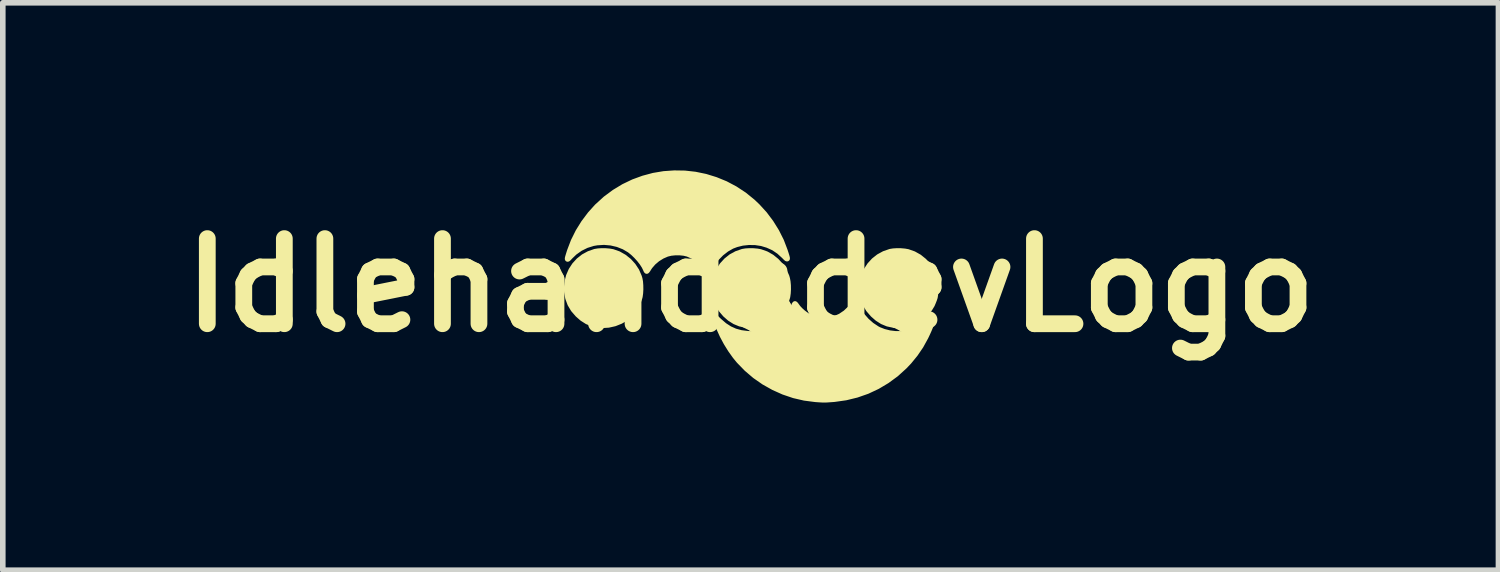
<source format=kicad_pcb>
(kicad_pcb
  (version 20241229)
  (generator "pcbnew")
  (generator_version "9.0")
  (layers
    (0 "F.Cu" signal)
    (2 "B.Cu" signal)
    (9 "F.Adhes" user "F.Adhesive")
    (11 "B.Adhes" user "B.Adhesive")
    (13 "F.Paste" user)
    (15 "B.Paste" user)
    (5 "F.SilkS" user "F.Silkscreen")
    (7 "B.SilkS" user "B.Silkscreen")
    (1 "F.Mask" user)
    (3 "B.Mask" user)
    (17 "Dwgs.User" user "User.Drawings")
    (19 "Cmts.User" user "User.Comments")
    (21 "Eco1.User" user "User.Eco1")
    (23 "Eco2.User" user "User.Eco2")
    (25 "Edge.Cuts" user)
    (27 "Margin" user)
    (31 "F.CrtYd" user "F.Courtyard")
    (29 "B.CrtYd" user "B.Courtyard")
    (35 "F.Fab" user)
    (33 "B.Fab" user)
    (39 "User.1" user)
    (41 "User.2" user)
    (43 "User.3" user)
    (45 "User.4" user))
  (footprint "IdlehandsdevLogo"
    (layer "F.Cu")
    (at 10.385 2.055)
    (property "Reference" "IdlehandsdevLogo" (at 0 0 0) (layer "F.SilkS") (effects (font (size 1.524 1.524) (thickness 0.3))))
    (attr through_hole)
    (fp_poly (pts (xy -1.97 0.075) (xy -1.974 0.144) (xy -1.982 0.202) (xy -1.986 0.218) (xy -1.999 0.258) (xy -2.017 0.306) (xy -2.038 0.353) (xy -2.039 0.356) (xy -2.08 0.423) (xy -2.135 0.491) (xy -2.2 0.555) (xy -2.268 0.609) (xy -2.327 0.643) (xy -2.432 0.685) (xy -2.543 0.71) (xy -2.654 0.717) (xy -2.728 0.711) (xy -2.831 0.689) (xy -2.925 0.65) (xy -3.013 0.594) (xy -3.094 0.523) (xy -3.171 0.434) (xy -3.229 0.337) (xy -3.268 0.232) (xy -3.289 0.12) (xy -3.292 0.054) (xy -3.282 -0.059) (xy -3.254 -0.167) (xy -3.21 -0.268) (xy -3.15 -0.36) (xy -3.076 -0.441) (xy -2.99 -0.509) (xy -2.893 -0.562) (xy -2.788 -0.599) (xy -2.784 -0.6) (xy -2.729 -0.609) (xy -2.663 -0.613) (xy -2.592 -0.612) (xy -2.524 -0.606) (xy -2.469 -0.596) (xy -2.364 -0.559) (xy -2.267 -0.504) (xy -2.179 -0.434) (xy -2.104 -0.351) (xy -2.042 -0.257) (xy -1.998 -0.155) (xy -1.986 -0.116) (xy -1.976 -0.063) (xy -1.971 0.004) (xy -1.97 0.075)) (stroke (width 0.1) (type solid)) (fill yes) (layer "F.SilkS"))
    (fp_poly (pts (xy 0.672 0.075) (xy 0.668 0.144) (xy 0.66 0.202) (xy 0.656 0.218) (xy 0.643 0.258) (xy 0.625 0.306) (xy 0.604 0.353) (xy 0.603 0.356) (xy 0.562 0.423) (xy 0.506 0.491) (xy 0.442 0.555) (xy 0.373 0.609) (xy 0.315 0.643) (xy 0.209 0.685) (xy 0.099 0.71) (xy -0.012 0.717) (xy -0.086 0.711) (xy -0.189 0.689) (xy -0.283 0.65) (xy -0.372 0.594) (xy -0.453 0.523) (xy -0.529 0.434) (xy -0.587 0.337) (xy -0.627 0.232) (xy -0.647 0.12) (xy -0.65 0.054) (xy -0.641 -0.059) (xy -0.613 -0.167) (xy -0.568 -0.268) (xy -0.508 -0.36) (xy -0.434 -0.441) (xy -0.349 -0.509) (xy -0.252 -0.562) (xy -0.146 -0.599) (xy -0.142 -0.6) (xy -0.088 -0.609) (xy -0.021 -0.613) (xy 0.05 -0.612) (xy 0.118 -0.606) (xy 0.173 -0.596) (xy 0.278 -0.559) (xy 0.375 -0.504) (xy 0.462 -0.434) (xy 0.538 -0.351) (xy 0.599 -0.257) (xy 0.644 -0.155) (xy 0.655 -0.116) (xy 0.665 -0.063) (xy 0.671 0.004) (xy 0.672 0.075)) (stroke (width 0.1) (type solid)) (fill yes) (layer "F.SilkS"))
    (fp_poly (pts (xy 3.313 0.075) (xy 3.309 0.144) (xy 3.301 0.202) (xy 3.298 0.218) (xy 3.285 0.258) (xy 3.266 0.306) (xy 3.246 0.353) (xy 3.244 0.356) (xy 3.203 0.423) (xy 3.148 0.491) (xy 3.083 0.555) (xy 3.015 0.609) (xy 2.957 0.643) (xy 2.851 0.685) (xy 2.74 0.71) (xy 2.629 0.717) (xy 2.555 0.711) (xy 2.452 0.689) (xy 2.358 0.65) (xy 2.27 0.594) (xy 2.189 0.523) (xy 2.112 0.434) (xy 2.054 0.337) (xy 2.015 0.232) (xy 1.995 0.12) (xy 1.992 0.054) (xy 2.001 -0.059) (xy 2.029 -0.167) (xy 2.073 -0.268) (xy 2.133 -0.36) (xy 2.207 -0.441) (xy 2.293 -0.509) (xy 2.39 -0.562) (xy 2.496 -0.599) (xy 2.499 -0.6) (xy 2.554 -0.609) (xy 2.621 -0.613) (xy 2.692 -0.612) (xy 2.759 -0.606) (xy 2.814 -0.596) (xy 2.919 -0.559) (xy 3.017 -0.504) (xy 3.104 -0.434) (xy 3.18 -0.351) (xy 3.241 -0.257) (xy 3.286 -0.155) (xy 3.297 -0.116) (xy 3.307 -0.063) (xy 3.312 0.004) (xy 3.313 0.075)) (stroke (width 0.1) (type solid)) (fill yes) (layer "F.SilkS"))
    (fp_poly (pts (xy 0.653 -0.476) (xy 0.646 -0.477) (xy 0.632 -0.489) (xy 0.611 -0.51) (xy 0.602 -0.52) (xy 0.51 -0.604) (xy 0.412 -0.67) (xy 0.303 -0.719) (xy 0.197 -0.751) (xy 0.085 -0.768) (xy -0.031 -0.77) (xy -0.146 -0.758) (xy -0.255 -0.731) (xy -0.334 -0.701) (xy -0.432 -0.645) (xy -0.526 -0.572) (xy -0.61 -0.486) (xy -0.682 -0.391) (xy -0.736 -0.294) (xy -0.759 -0.244) (xy -0.795 -0.302) (xy -0.858 -0.385) (xy -0.936 -0.457) (xy -1.027 -0.517) (xy -1.126 -0.561) (xy -1.126 -0.561) (xy -1.192 -0.577) (xy -1.269 -0.585) (xy -1.35 -0.585) (xy -1.427 -0.577) (xy -1.493 -0.561) (xy -1.495 -0.561) (xy -1.584 -0.522) (xy -1.668 -0.47) (xy -1.742 -0.407) (xy -1.802 -0.338) (xy -1.824 -0.305) (xy -1.841 -0.277) (xy -1.855 -0.259) (xy -1.86 -0.254) (xy -1.867 -0.263) (xy -1.876 -0.283) (xy -1.877 -0.287) (xy -1.903 -0.34) (xy -1.941 -0.399) (xy -1.99 -0.462) (xy -2.045 -0.523) (xy -2.103 -0.579) (xy -2.16 -0.625) (xy -2.16 -0.626) (xy -2.265 -0.688) (xy -2.379 -0.733) (xy -2.499 -0.761) (xy -2.624 -0.772) (xy -2.75 -0.764) (xy -2.819 -0.752) (xy -2.938 -0.715) (xy -3.049 -0.66) (xy -3.151 -0.588) (xy -3.231 -0.511) (xy -3.252 -0.488) (xy -3.267 -0.474) (xy -3.275 -0.47) (xy -3.276 -0.479) (xy -3.271 -0.501) (xy -3.26 -0.538) (xy -3.243 -0.593) (xy -3.234 -0.62) (xy -3.169 -0.79) (xy -3.086 -0.957) (xy -2.986 -1.118) (xy -2.872 -1.27) (xy -2.746 -1.41) (xy -2.743 -1.412) (xy -2.595 -1.547) (xy -2.437 -1.664) (xy -2.272 -1.764) (xy -2.099 -1.847) (xy -1.921 -1.912) (xy -1.738 -1.961) (xy -1.553 -1.992) (xy -1.366 -2.005) (xy -1.178 -2.002) (xy -0.991 -1.981) (xy -0.807 -1.943) (xy -0.626 -1.887) (xy -0.45 -1.815) (xy -0.28 -1.725) (xy -0.117 -1.618) (xy 0.037 -1.493) (xy 0.122 -1.412) (xy 0.249 -1.273) (xy 0.363 -1.121) (xy 0.463 -0.96) (xy 0.547 -0.793) (xy 0.612 -0.623) (xy 0.613 -0.62) (xy 0.633 -0.559) (xy 0.646 -0.516) (xy 0.653 -0.489) (xy 0.653 -0.476)) (stroke (width 0.1) (type solid)) (fill yes) (layer "F.SilkS"))
    (fp_poly (pts (xy 3.261 0.614) (xy 3.257 0.631) (xy 3.247 0.662) (xy 3.23 0.704) (xy 3.211 0.753) (xy 3.189 0.806) (xy 3.166 0.857) (xy 3.144 0.904) (xy 3.133 0.927) (xy 3.045 1.087) (xy 2.946 1.232) (xy 2.834 1.369) (xy 2.754 1.453) (xy 2.603 1.59) (xy 2.441 1.709) (xy 2.27 1.811) (xy 2.089 1.896) (xy 1.9 1.962) (xy 1.704 2.01) (xy 1.5 2.039) (xy 1.463 2.042) (xy 1.406 2.046) (xy 1.363 2.049) (xy 1.327 2.05) (xy 1.293 2.05) (xy 1.255 2.048) (xy 1.208 2.045) (xy 1.156 2.041) (xy 0.964 2.016) (xy 0.774 1.972) (xy 0.588 1.909) (xy 0.41 1.829) (xy 0.239 1.733) (xy 0.078 1.621) (xy -0.071 1.494) (xy -0.207 1.354) (xy -0.276 1.27) (xy -0.358 1.155) (xy -0.435 1.031) (xy -0.504 0.902) (xy -0.562 0.774) (xy -0.607 0.651) (xy -0.613 0.631) (xy -0.63 0.576) (xy -0.561 0.642) (xy -0.469 0.721) (xy -0.376 0.781) (xy -0.278 0.825) (xy -0.172 0.854) (xy -0.053 0.869) (xy -0.023 0.871) (xy 0.106 0.868) (xy 0.229 0.845) (xy 0.346 0.805) (xy 0.454 0.746) (xy 0.481 0.728) (xy 0.553 0.669) (xy 0.623 0.599) (xy 0.685 0.524) (xy 0.736 0.447) (xy 0.769 0.381) (xy 0.781 0.354) (xy 0.791 0.338) (xy 0.794 0.335) (xy 0.803 0.343) (xy 0.818 0.362) (xy 0.822 0.368) (xy 0.851 0.407) (xy 0.892 0.45) (xy 0.94 0.493) (xy 0.989 0.529) (xy 1.01 0.543) (xy 1.079 0.58) (xy 1.145 0.604) (xy 1.214 0.619) (xy 1.294 0.624) (xy 1.321 0.625) (xy 1.379 0.624) (xy 1.423 0.621) (xy 1.46 0.615) (xy 1.495 0.605) (xy 1.505 0.602) (xy 1.608 0.556) (xy 1.7 0.494) (xy 1.779 0.419) (xy 1.829 0.353) (xy 1.867 0.295) (xy 1.888 0.353) (xy 1.934 0.452) (xy 1.997 0.547) (xy 2.075 0.636) (xy 2.163 0.714) (xy 2.259 0.778) (xy 2.292 0.796) (xy 2.384 0.832) (xy 2.487 0.858) (xy 2.597 0.871) (xy 2.707 0.871) (xy 2.812 0.858) (xy 2.832 0.854) (xy 2.94 0.823) (xy 3.035 0.782) (xy 3.12 0.73) (xy 3.202 0.662) (xy 3.208 0.657) (xy 3.234 0.633) (xy 3.253 0.618) (xy 3.261 0.613) (xy 3.261 0.614)) (stroke (width 0.1) (type solid)) (fill yes) (layer "F.SilkS")))
  (gr_rect
    (start -3 -3)
    (end 23.77 7.155)
    (stroke (width 0.1) (type default))
    (fill no)
    (layer "Edge.Cuts")))
</source>
